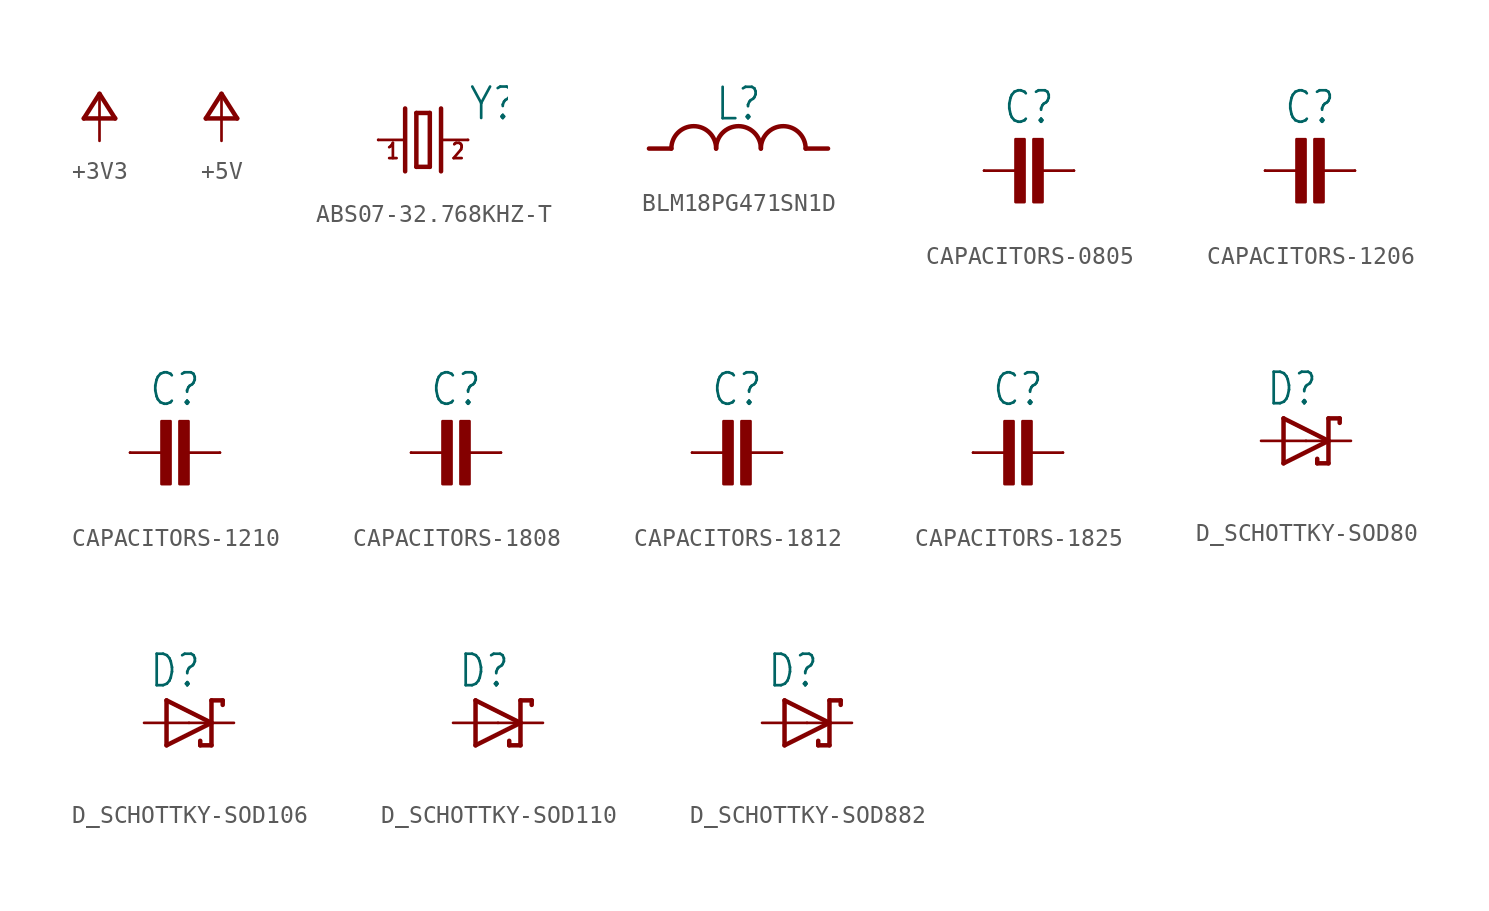
<source format=kicad_sym>
(kicad_symbol_lib
  (version 20231120)
  (generator "kicad_symbol_editor")
  (generator_version "8.0")
  (symbol "+3V3"
    (power)
    (property "Reference" "#+3V3"
      (at 0 0 0)
      (effects (font (size 1.27 1.27)) (hide yes)))
    (property "Value" ""
      (at 0 0.508 0)
      (effects (font (size 1.778 1.511)) (justify bottom)))
    (property "ki_locked" ""
      (at 0 0 0)
      (effects (font (size 1.27 1.27))))
    (symbol "+3V3_1_0"
      (polyline (pts (xy -0.889 -1.27) (xy 0.889 -1.27)) (stroke (width 0.254) (type solid)) (fill (type none)))
      (polyline (pts (xy 0 0.127) (xy -0.889 -1.27)) (stroke (width 0.254) (type solid)) (fill (type none)))
      (polyline (pts (xy 0.889 -1.27) (xy 0 0.127)) (stroke (width 0.254) (type solid)) (fill (type none)))
      (pin power_in line (at 0 -2.54 90) (length 2.54) (name "+3V3" (effects (font (size 0 0)))) (number "1" (effects (font (size 0 0)))))))
  (symbol "+5V"
    (power)
    (property "Reference" "#P+"
      (at 0 0 0)
      (effects (font (size 1.27 1.27)) (hide yes)))
    (property "Value" ""
      (at 0 0.508 0)
      (effects (font (size 1.778 1.511)) (justify bottom)))
    (property "ki_locked" ""
      (at 0 0 0)
      (effects (font (size 1.27 1.27))))
    (symbol "+5V_1_0"
      (polyline (pts (xy -0.889 -1.27) (xy 0.889 -1.27)) (stroke (width 0.254) (type solid)) (fill (type none)))
      (polyline (pts (xy 0 0.127) (xy -0.889 -1.27)) (stroke (width 0.254) (type solid)) (fill (type none)))
      (polyline (pts (xy 0.889 -1.27) (xy 0 0.127)) (stroke (width 0.254) (type solid)) (fill (type none)))
      (pin power_in line (at 0 -2.54 90) (length 2.54) (name "+5V" (effects (font (size 0 0)))) (number "1" (effects (font (size 0 0)))))))
  (symbol "ABS07-32.768KHZ-T"
    (property "Reference" "Y"
      (at 2.54 1.016 0)
      (effects (font (size 1.778 1.511)) (justify left bottom)))
    (property "Value" ""
      (at 2.54 -2.54 0)
      (effects (font (size 1.778 1.511)) (justify left bottom)))
    (property "ki_locked" ""
      (at 0 0 0)
      (effects (font (size 1.27 1.27))))
    (symbol "ABS07-32.768KHZ-T_1_0"
      (polyline (pts (xy -2.54 0) (xy -1.016 0)) (stroke (width 0.152) (type solid)) (fill (type none)))
      (polyline (pts (xy -1.016 1.778) (xy -1.016 -1.778)) (stroke (width 0.254) (type solid)) (fill (type none)))
      (polyline (pts (xy -0.381 -1.524) (xy 0.381 -1.524)) (stroke (width 0.254) (type solid)) (fill (type none)))
      (polyline (pts (xy -0.381 1.524) (xy -0.381 -1.524)) (stroke (width 0.254) (type solid)) (fill (type none)))
      (polyline (pts (xy 0.381 -1.524) (xy 0.381 1.524)) (stroke (width 0.254) (type solid)) (fill (type none)))
      (polyline (pts (xy 0.381 1.524) (xy -0.381 1.524)) (stroke (width 0.254) (type solid)) (fill (type none)))
      (polyline (pts (xy 1.016 0) (xy 2.54 0)) (stroke (width 0.152) (type solid)) (fill (type none)))
      (polyline (pts (xy 1.016 1.778) (xy 1.016 -1.778)) (stroke (width 0.254) (type solid)) (fill (type none)))
      (text "1" (at -2.159 -1.143 0) (effects (font (size 0.864 0.734)) (justify left bottom)))
      (text "2" (at 1.524 -1.143 0) (effects (font (size 0.864 0.734)) (justify left bottom)))
      (pin passive line (at -2.54 0 0) (length 0) (name "1" (effects (font (size 0 0)))) (number "1" (effects (font (size 0 0)))))
      (pin passive line (at 2.54 0 180) (length 0) (name "2" (effects (font (size 0 0)))) (number "2" (effects (font (size 0 0)))))))
  (symbol "BLM18PG471SN1D"
    (property "Reference" "L"
      (at 0 2.54 0)
      (effects (font (size 1.778 1.511))))
    (property "Value" ""
      (at 0 -1.27 0)
      (effects (font (size 1.778 1.511))))
    (property "ki_locked" ""
      (at 0 0 0)
      (effects (font (size 1.27 1.27))))
    (symbol "BLM18PG471SN1D_1_0"
      (arc (start -1.27 0) (mid -2.54 1.27) (end -3.81 0) (stroke (width 0.254) (type solid)) (fill (type none)))
      (polyline (pts (xy -5.08 0) (xy -3.81 0)) (stroke (width 0.254) (type solid)) (fill (type none)))
      (polyline (pts (xy 3.81 0) (xy 5.08 0)) (stroke (width 0.254) (type solid)) (fill (type none)))
      (arc (start 1.27 0) (mid 0 1.27) (end -1.27 0) (stroke (width 0.254) (type solid)) (fill (type none)))
      (arc (start 3.81 0) (mid 2.54 1.27) (end 1.27 0) (stroke (width 0.254) (type solid)) (fill (type none)))
      (pin passive line (at -5.08 0 0) (length 0) (name "1" (effects (font (size 0 0)))) (number "1" (effects (font (size 0 0)))))
      (pin passive line (at 5.08 0 180) (length 0) (name "2" (effects (font (size 0 0)))) (number "2" (effects (font (size 0 0)))))))
  (symbol "CAPACITORS-0805"
    (property "Reference" "C"
      (at 0 2.54 0)
      (effects (font (size 1.778 1.511)) (justify bottom)))
    (property "Value" ""
      (at 0 -2.54 0)
      (effects (font (size 1.778 1.511)) (justify top)))
    (property "ki_locked" ""
      (at 0 0 0)
      (effects (font (size 1.27 1.27))))
    (symbol "CAPACITORS-0805_1_0"
      (rectangle (start -0.762 1.778) (end -0.254 -1.778) (stroke (width 0) (type default)) (fill (type outline)))
      (polyline (pts (xy -2.54 0) (xy -0.762 0)) (stroke (width 0.152) (type solid)) (fill (type none)))
      (polyline (pts (xy 2.54 0) (xy 0.762 0)) (stroke (width 0.152) (type solid)) (fill (type none)))
      (rectangle (start 0.254 1.778) (end 0.762 -1.778) (stroke (width 0) (type default)) (fill (type outline)))
      (pin passive line (at -2.54 0 0) (length 0) (name "1" (effects (font (size 0 0)))) (number "1" (effects (font (size 0 0)))))
      (pin passive line (at 2.54 0 180) (length 0) (name "2" (effects (font (size 0 0)))) (number "2" (effects (font (size 0 0)))))))
  (symbol "CAPACITORS-1206"
    (property "Reference" "C"
      (at 0 2.54 0)
      (effects (font (size 1.778 1.511)) (justify bottom)))
    (property "Value" ""
      (at 0 -2.54 0)
      (effects (font (size 1.778 1.511)) (justify top)))
    (property "ki_locked" ""
      (at 0 0 0)
      (effects (font (size 1.27 1.27))))
    (symbol "CAPACITORS-1206_1_0"
      (rectangle (start -0.762 1.778) (end -0.254 -1.778) (stroke (width 0) (type default)) (fill (type outline)))
      (polyline (pts (xy -2.54 0) (xy -0.762 0)) (stroke (width 0.152) (type solid)) (fill (type none)))
      (polyline (pts (xy 2.54 0) (xy 0.762 0)) (stroke (width 0.152) (type solid)) (fill (type none)))
      (rectangle (start 0.254 1.778) (end 0.762 -1.778) (stroke (width 0) (type default)) (fill (type outline)))
      (pin passive line (at -2.54 0 0) (length 0) (name "1" (effects (font (size 0 0)))) (number "1" (effects (font (size 0 0)))))
      (pin passive line (at 2.54 0 180) (length 0) (name "2" (effects (font (size 0 0)))) (number "2" (effects (font (size 0 0)))))))
  (symbol "CAPACITORS-1210"
    (property "Reference" "C"
      (at 0 2.54 0)
      (effects (font (size 1.778 1.511)) (justify bottom)))
    (property "Value" ""
      (at 0 -2.54 0)
      (effects (font (size 1.778 1.511)) (justify top)))
    (property "ki_locked" ""
      (at 0 0 0)
      (effects (font (size 1.27 1.27))))
    (symbol "CAPACITORS-1210_1_0"
      (rectangle (start -0.762 1.778) (end -0.254 -1.778) (stroke (width 0) (type default)) (fill (type outline)))
      (polyline (pts (xy -2.54 0) (xy -0.762 0)) (stroke (width 0.152) (type solid)) (fill (type none)))
      (polyline (pts (xy 2.54 0) (xy 0.762 0)) (stroke (width 0.152) (type solid)) (fill (type none)))
      (rectangle (start 0.254 1.778) (end 0.762 -1.778) (stroke (width 0) (type default)) (fill (type outline)))
      (pin passive line (at -2.54 0 0) (length 0) (name "1" (effects (font (size 0 0)))) (number "1" (effects (font (size 0 0)))))
      (pin passive line (at 2.54 0 180) (length 0) (name "2" (effects (font (size 0 0)))) (number "2" (effects (font (size 0 0)))))))
  (symbol "CAPACITORS-1808"
    (property "Reference" "C"
      (at 0 2.54 0)
      (effects (font (size 1.778 1.511)) (justify bottom)))
    (property "Value" ""
      (at 0 -2.54 0)
      (effects (font (size 1.778 1.511)) (justify top)))
    (property "ki_locked" ""
      (at 0 0 0)
      (effects (font (size 1.27 1.27))))
    (symbol "CAPACITORS-1808_1_0"
      (rectangle (start -0.762 1.778) (end -0.254 -1.778) (stroke (width 0) (type default)) (fill (type outline)))
      (polyline (pts (xy -2.54 0) (xy -0.762 0)) (stroke (width 0.152) (type solid)) (fill (type none)))
      (polyline (pts (xy 2.54 0) (xy 0.762 0)) (stroke (width 0.152) (type solid)) (fill (type none)))
      (rectangle (start 0.254 1.778) (end 0.762 -1.778) (stroke (width 0) (type default)) (fill (type outline)))
      (pin passive line (at -2.54 0 0) (length 0) (name "1" (effects (font (size 0 0)))) (number "1" (effects (font (size 0 0)))))
      (pin passive line (at 2.54 0 180) (length 0) (name "2" (effects (font (size 0 0)))) (number "2" (effects (font (size 0 0)))))))
  (symbol "CAPACITORS-1812"
    (property "Reference" "C"
      (at 0 2.54 0)
      (effects (font (size 1.778 1.511)) (justify bottom)))
    (property "Value" ""
      (at 0 -2.54 0)
      (effects (font (size 1.778 1.511)) (justify top)))
    (property "ki_locked" ""
      (at 0 0 0)
      (effects (font (size 1.27 1.27))))
    (symbol "CAPACITORS-1812_1_0"
      (rectangle (start -0.762 1.778) (end -0.254 -1.778) (stroke (width 0) (type default)) (fill (type outline)))
      (polyline (pts (xy -2.54 0) (xy -0.762 0)) (stroke (width 0.152) (type solid)) (fill (type none)))
      (polyline (pts (xy 2.54 0) (xy 0.762 0)) (stroke (width 0.152) (type solid)) (fill (type none)))
      (rectangle (start 0.254 1.778) (end 0.762 -1.778) (stroke (width 0) (type default)) (fill (type outline)))
      (pin passive line (at -2.54 0 0) (length 0) (name "1" (effects (font (size 0 0)))) (number "1" (effects (font (size 0 0)))))
      (pin passive line (at 2.54 0 180) (length 0) (name "2" (effects (font (size 0 0)))) (number "2" (effects (font (size 0 0)))))))
  (symbol "CAPACITORS-1825"
    (property "Reference" "C"
      (at 0 2.54 0)
      (effects (font (size 1.778 1.511)) (justify bottom)))
    (property "Value" ""
      (at 0 -2.54 0)
      (effects (font (size 1.778 1.511)) (justify top)))
    (property "ki_locked" ""
      (at 0 0 0)
      (effects (font (size 1.27 1.27))))
    (symbol "CAPACITORS-1825_1_0"
      (rectangle (start -0.762 1.778) (end -0.254 -1.778) (stroke (width 0) (type default)) (fill (type outline)))
      (polyline (pts (xy -2.54 0) (xy -0.762 0)) (stroke (width 0.152) (type solid)) (fill (type none)))
      (polyline (pts (xy 2.54 0) (xy 0.762 0)) (stroke (width 0.152) (type solid)) (fill (type none)))
      (rectangle (start 0.254 1.778) (end 0.762 -1.778) (stroke (width 0) (type default)) (fill (type outline)))
      (pin passive line (at -2.54 0 0) (length 0) (name "1" (effects (font (size 0 0)))) (number "1" (effects (font (size 0 0)))))
      (pin passive line (at 2.54 0 180) (length 0) (name "2" (effects (font (size 0 0)))) (number "2" (effects (font (size 0 0)))))))
  (symbol "D_SCHOTTKY-SOD80"
    (property "Reference" "D"
      (at -2.286 1.905 0)
      (effects (font (size 1.778 1.511)) (justify left bottom)))
    (property "Value" ""
      (at -2.286 -3.429 0)
      (effects (font (size 1.778 1.511)) (justify left bottom)))
    (property "ki_locked" ""
      (at 0 0 0)
      (effects (font (size 1.27 1.27))))
    (symbol "D_SCHOTTKY-SOD80_1_0"
      (polyline (pts (xy -1.27 -1.27) (xy 1.27 0)) (stroke (width 0.254) (type solid)) (fill (type none)))
      (polyline (pts (xy -1.27 1.27) (xy -1.27 -1.27)) (stroke (width 0.254) (type solid)) (fill (type none)))
      (polyline (pts (xy 0.635 -1.016) (xy 0.635 -1.27)) (stroke (width 0.254) (type solid)) (fill (type none)))
      (polyline (pts (xy 1.27 -1.27) (xy 0.635 -1.27)) (stroke (width 0.254) (type solid)) (fill (type none)))
      (polyline (pts (xy 1.27 0) (xy -1.27 1.27)) (stroke (width 0.254) (type solid)) (fill (type none)))
      (polyline (pts (xy 1.27 0) (xy 1.27 -1.27)) (stroke (width 0.254) (type solid)) (fill (type none)))
      (polyline (pts (xy 1.27 1.27) (xy 1.27 0)) (stroke (width 0.254) (type solid)) (fill (type none)))
      (polyline (pts (xy 1.905 1.27) (xy 1.27 1.27)) (stroke (width 0.254) (type solid)) (fill (type none)))
      (polyline (pts (xy 1.905 1.27) (xy 1.905 1.016)) (stroke (width 0.254) (type solid)) (fill (type none)))
      (pin passive line (at -2.54 0 0) (length 2.54) (name "A" (effects (font (size 0 0)))) (number "A" (effects (font (size 0 0)))))
      (pin passive line (at 2.54 0 180) (length 2.54) (name "C" (effects (font (size 0 0)))) (number "C" (effects (font (size 0 0)))))))
  (symbol "D_SCHOTTKY-SOD106"
    (property "Reference" "D"
      (at -2.286 1.905 0)
      (effects (font (size 1.778 1.511)) (justify left bottom)))
    (property "Value" ""
      (at -2.286 -3.429 0)
      (effects (font (size 1.778 1.511)) (justify left bottom)))
    (property "ki_locked" ""
      (at 0 0 0)
      (effects (font (size 1.27 1.27))))
    (symbol "D_SCHOTTKY-SOD106_1_0"
      (polyline (pts (xy -1.27 -1.27) (xy 1.27 0)) (stroke (width 0.254) (type solid)) (fill (type none)))
      (polyline (pts (xy -1.27 1.27) (xy -1.27 -1.27)) (stroke (width 0.254) (type solid)) (fill (type none)))
      (polyline (pts (xy 0.635 -1.016) (xy 0.635 -1.27)) (stroke (width 0.254) (type solid)) (fill (type none)))
      (polyline (pts (xy 1.27 -1.27) (xy 0.635 -1.27)) (stroke (width 0.254) (type solid)) (fill (type none)))
      (polyline (pts (xy 1.27 0) (xy -1.27 1.27)) (stroke (width 0.254) (type solid)) (fill (type none)))
      (polyline (pts (xy 1.27 0) (xy 1.27 -1.27)) (stroke (width 0.254) (type solid)) (fill (type none)))
      (polyline (pts (xy 1.27 1.27) (xy 1.27 0)) (stroke (width 0.254) (type solid)) (fill (type none)))
      (polyline (pts (xy 1.905 1.27) (xy 1.27 1.27)) (stroke (width 0.254) (type solid)) (fill (type none)))
      (polyline (pts (xy 1.905 1.27) (xy 1.905 1.016)) (stroke (width 0.254) (type solid)) (fill (type none)))
      (pin passive line (at -2.54 0 0) (length 2.54) (name "A" (effects (font (size 0 0)))) (number "A" (effects (font (size 0 0)))))
      (pin passive line (at 2.54 0 180) (length 2.54) (name "C" (effects (font (size 0 0)))) (number "C" (effects (font (size 0 0)))))))
  (symbol "D_SCHOTTKY-SOD110"
    (property "Reference" "D"
      (at -2.286 1.905 0)
      (effects (font (size 1.778 1.511)) (justify left bottom)))
    (property "Value" ""
      (at -2.286 -3.429 0)
      (effects (font (size 1.778 1.511)) (justify left bottom)))
    (property "ki_locked" ""
      (at 0 0 0)
      (effects (font (size 1.27 1.27))))
    (symbol "D_SCHOTTKY-SOD110_1_0"
      (polyline (pts (xy -1.27 -1.27) (xy 1.27 0)) (stroke (width 0.254) (type solid)) (fill (type none)))
      (polyline (pts (xy -1.27 1.27) (xy -1.27 -1.27)) (stroke (width 0.254) (type solid)) (fill (type none)))
      (polyline (pts (xy 0.635 -1.016) (xy 0.635 -1.27)) (stroke (width 0.254) (type solid)) (fill (type none)))
      (polyline (pts (xy 1.27 -1.27) (xy 0.635 -1.27)) (stroke (width 0.254) (type solid)) (fill (type none)))
      (polyline (pts (xy 1.27 0) (xy -1.27 1.27)) (stroke (width 0.254) (type solid)) (fill (type none)))
      (polyline (pts (xy 1.27 0) (xy 1.27 -1.27)) (stroke (width 0.254) (type solid)) (fill (type none)))
      (polyline (pts (xy 1.27 1.27) (xy 1.27 0)) (stroke (width 0.254) (type solid)) (fill (type none)))
      (polyline (pts (xy 1.905 1.27) (xy 1.27 1.27)) (stroke (width 0.254) (type solid)) (fill (type none)))
      (polyline (pts (xy 1.905 1.27) (xy 1.905 1.016)) (stroke (width 0.254) (type solid)) (fill (type none)))
      (pin passive line (at -2.54 0 0) (length 2.54) (name "A" (effects (font (size 0 0)))) (number "A" (effects (font (size 0 0)))))
      (pin passive line (at 2.54 0 180) (length 2.54) (name "C" (effects (font (size 0 0)))) (number "C" (effects (font (size 0 0)))))))
  (symbol "D_SCHOTTKY-SOD882"
    (property "Reference" "D"
      (at -2.286 1.905 0)
      (effects (font (size 1.778 1.511)) (justify left bottom)))
    (property "Value" ""
      (at -2.286 -3.429 0)
      (effects (font (size 1.778 1.511)) (justify left bottom)))
    (property "ki_locked" ""
      (at 0 0 0)
      (effects (font (size 1.27 1.27))))
    (symbol "D_SCHOTTKY-SOD882_1_0"
      (polyline (pts (xy -1.27 -1.27) (xy 1.27 0)) (stroke (width 0.254) (type solid)) (fill (type none)))
      (polyline (pts (xy -1.27 1.27) (xy -1.27 -1.27)) (stroke (width 0.254) (type solid)) (fill (type none)))
      (polyline (pts (xy 0.635 -1.016) (xy 0.635 -1.27)) (stroke (width 0.254) (type solid)) (fill (type none)))
      (polyline (pts (xy 1.27 -1.27) (xy 0.635 -1.27)) (stroke (width 0.254) (type solid)) (fill (type none)))
      (polyline (pts (xy 1.27 0) (xy -1.27 1.27)) (stroke (width 0.254) (type solid)) (fill (type none)))
      (polyline (pts (xy 1.27 0) (xy 1.27 -1.27)) (stroke (width 0.254) (type solid)) (fill (type none)))
      (polyline (pts (xy 1.27 1.27) (xy 1.27 0)) (stroke (width 0.254) (type solid)) (fill (type none)))
      (polyline (pts (xy 1.905 1.27) (xy 1.27 1.27)) (stroke (width 0.254) (type solid)) (fill (type none)))
      (polyline (pts (xy 1.905 1.27) (xy 1.905 1.016)) (stroke (width 0.254) (type solid)) (fill (type none)))
      (pin passive line (at -2.54 0 0) (length 2.54) (name "A" (effects (font (size 0 0)))) (number "A" (effects (font (size 0 0)))))
      (pin passive line (at 2.54 0 180) (length 2.54) (name "C" (effects (font (size 0 0)))) (number "C" (effects (font (size 0 0))))))))
</source>
